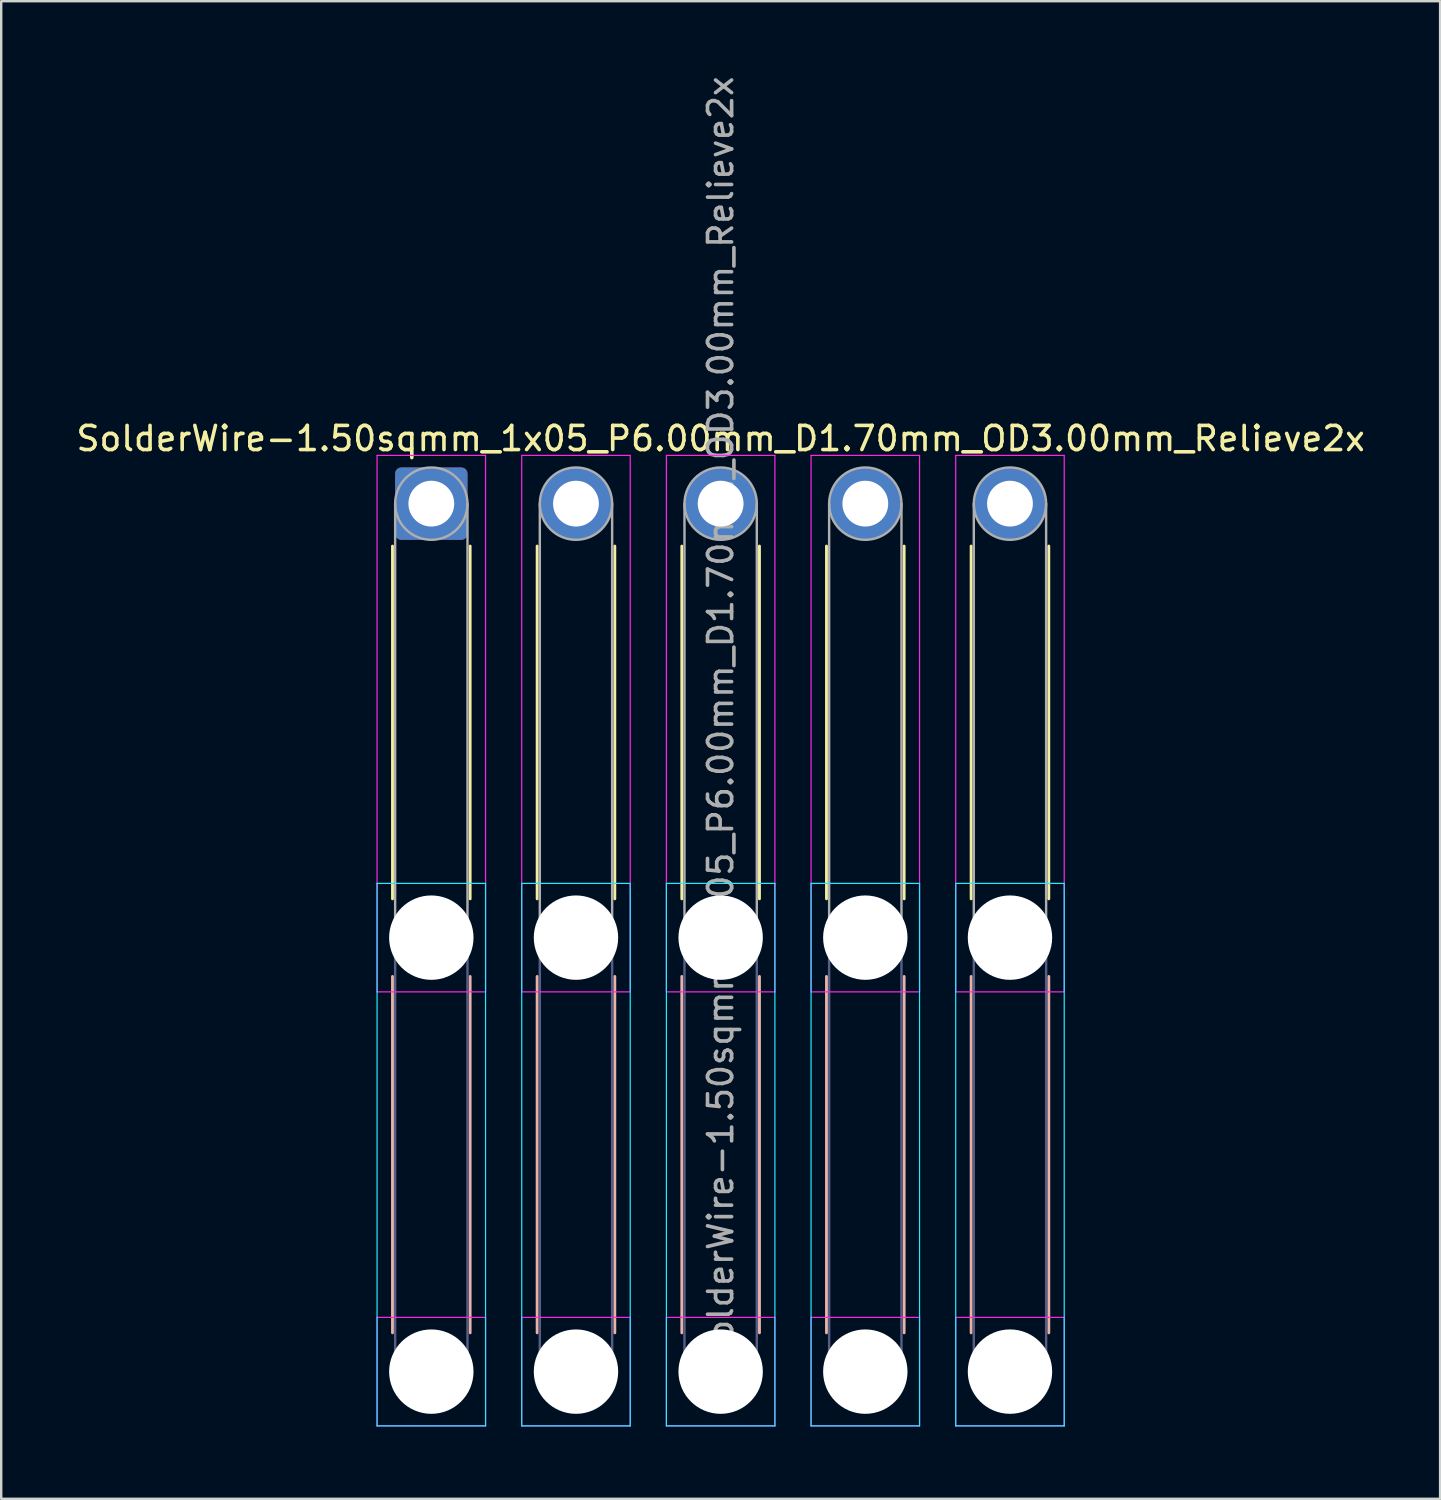
<source format=kicad_pcb>
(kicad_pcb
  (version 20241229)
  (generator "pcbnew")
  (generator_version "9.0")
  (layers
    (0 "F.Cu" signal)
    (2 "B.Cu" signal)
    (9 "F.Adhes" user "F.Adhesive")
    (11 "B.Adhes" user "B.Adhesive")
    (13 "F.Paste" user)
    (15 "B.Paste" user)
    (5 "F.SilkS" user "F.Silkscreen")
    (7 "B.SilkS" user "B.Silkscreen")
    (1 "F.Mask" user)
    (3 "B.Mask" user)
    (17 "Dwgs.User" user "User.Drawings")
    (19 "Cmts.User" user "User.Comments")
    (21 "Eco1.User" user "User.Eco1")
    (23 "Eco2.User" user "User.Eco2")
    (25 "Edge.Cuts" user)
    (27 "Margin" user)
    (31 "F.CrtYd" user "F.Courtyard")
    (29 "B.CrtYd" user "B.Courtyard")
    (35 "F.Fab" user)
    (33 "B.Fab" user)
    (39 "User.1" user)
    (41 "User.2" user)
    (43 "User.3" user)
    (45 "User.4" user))
  (footprint "SolderWire-1.50sqmm_1x05_P6.00mm_D1.70mm_OD3.00mm_Relieve2x"
    (layer "F.Cu")
    (at 14.839 17.839)
    (property "Reference" "SolderWire-1.50sqmm_1x05_P6.00mm_D1.70mm_OD3.00mm_Relieve2x" (at 12 -2.7 0) (layer "F.SilkS") (effects (font (size 1 1) (thickness 0.15))))
    (attr exclude_from_pos_files exclude_from_bom)
    (fp_line (start -1.61 1.76) (end -1.61 16.39) (stroke (width 0.12) (type solid)) (layer "F.SilkS"))
    (fp_line (start 1.61 1.76) (end 1.61 16.39) (stroke (width 0.12) (type solid)) (layer "F.SilkS"))
    (fp_line (start 4.39 1.76) (end 4.39 16.39) (stroke (width 0.12) (type solid)) (layer "F.SilkS"))
    (fp_line (start 7.61 1.76) (end 7.61 16.39) (stroke (width 0.12) (type solid)) (layer "F.SilkS"))
    (fp_line (start 10.39 1.76) (end 10.39 16.39) (stroke (width 0.12) (type solid)) (layer "F.SilkS"))
    (fp_line (start 13.61 1.76) (end 13.61 16.39) (stroke (width 0.12) (type solid)) (layer "F.SilkS"))
    (fp_line (start 16.39 1.76) (end 16.39 16.39) (stroke (width 0.12) (type solid)) (layer "F.SilkS"))
    (fp_line (start 19.61 1.76) (end 19.61 16.39) (stroke (width 0.12) (type solid)) (layer "F.SilkS"))
    (fp_line (start 22.39 1.76) (end 22.39 16.39) (stroke (width 0.12) (type solid)) (layer "F.SilkS"))
    (fp_line (start 25.61 1.76) (end 25.61 16.39) (stroke (width 0.12) (type solid)) (layer "F.SilkS"))
    (fp_line (start -1.61 19.61) (end -1.61 34.39) (stroke (width 0.12) (type solid)) (layer "B.SilkS"))
    (fp_line (start 1.61 19.61) (end 1.61 34.39) (stroke (width 0.12) (type solid)) (layer "B.SilkS"))
    (fp_line (start 4.39 19.61) (end 4.39 34.39) (stroke (width 0.12) (type solid)) (layer "B.SilkS"))
    (fp_line (start 7.61 19.61) (end 7.61 34.39) (stroke (width 0.12) (type solid)) (layer "B.SilkS"))
    (fp_line (start 10.39 19.61) (end 10.39 34.39) (stroke (width 0.12) (type solid)) (layer "B.SilkS"))
    (fp_line (start 13.61 19.61) (end 13.61 34.39) (stroke (width 0.12) (type solid)) (layer "B.SilkS"))
    (fp_line (start 16.39 19.61) (end 16.39 34.39) (stroke (width 0.12) (type solid)) (layer "B.SilkS"))
    (fp_line (start 19.61 19.61) (end 19.61 34.39) (stroke (width 0.12) (type solid)) (layer "B.SilkS"))
    (fp_line (start 22.39 19.61) (end 22.39 34.39) (stroke (width 0.12) (type solid)) (layer "B.SilkS"))
    (fp_line (start 25.61 19.61) (end 25.61 34.39) (stroke (width 0.12) (type solid)) (layer "B.SilkS"))
    (fp_line (start -2.25 15.75) (end -2.25 38.25) (stroke (width 0.05) (type solid)) (layer "B.CrtYd"))
    (fp_line (start -2.25 38.25) (end 2.25 38.25) (stroke (width 0.05) (type solid)) (layer "B.CrtYd"))
    (fp_line (start 2.25 15.75) (end -2.25 15.75) (stroke (width 0.05) (type solid)) (layer "B.CrtYd"))
    (fp_line (start 2.25 38.25) (end 2.25 15.75) (stroke (width 0.05) (type solid)) (layer "B.CrtYd"))
    (fp_line (start 3.75 15.75) (end 3.75 38.25) (stroke (width 0.05) (type solid)) (layer "B.CrtYd"))
    (fp_line (start 3.75 38.25) (end 8.25 38.25) (stroke (width 0.05) (type solid)) (layer "B.CrtYd"))
    (fp_line (start 8.25 15.75) (end 3.75 15.75) (stroke (width 0.05) (type solid)) (layer "B.CrtYd"))
    (fp_line (start 8.25 38.25) (end 8.25 15.75) (stroke (width 0.05) (type solid)) (layer "B.CrtYd"))
    (fp_line (start 9.75 15.75) (end 9.75 38.25) (stroke (width 0.05) (type solid)) (layer "B.CrtYd"))
    (fp_line (start 9.75 38.25) (end 14.25 38.25) (stroke (width 0.05) (type solid)) (layer "B.CrtYd"))
    (fp_line (start 14.25 15.75) (end 9.75 15.75) (stroke (width 0.05) (type solid)) (layer "B.CrtYd"))
    (fp_line (start 14.25 38.25) (end 14.25 15.75) (stroke (width 0.05) (type solid)) (layer "B.CrtYd"))
    (fp_line (start 15.75 15.75) (end 15.75 38.25) (stroke (width 0.05) (type solid)) (layer "B.CrtYd"))
    (fp_line (start 15.75 38.25) (end 20.25 38.25) (stroke (width 0.05) (type solid)) (layer "B.CrtYd"))
    (fp_line (start 20.25 15.75) (end 15.75 15.75) (stroke (width 0.05) (type solid)) (layer "B.CrtYd"))
    (fp_line (start 20.25 38.25) (end 20.25 15.75) (stroke (width 0.05) (type solid)) (layer "B.CrtYd"))
    (fp_line (start 21.75 15.75) (end 21.75 38.25) (stroke (width 0.05) (type solid)) (layer "B.CrtYd"))
    (fp_line (start 21.75 38.25) (end 26.25 38.25) (stroke (width 0.05) (type solid)) (layer "B.CrtYd"))
    (fp_line (start 26.25 15.75) (end 21.75 15.75) (stroke (width 0.05) (type solid)) (layer "B.CrtYd"))
    (fp_line (start 26.25 38.25) (end 26.25 15.75) (stroke (width 0.05) (type solid)) (layer "B.CrtYd"))
    (fp_line (start -2.25 -2) (end -2.25 20.25) (stroke (width 0.05) (type solid)) (layer "F.CrtYd"))
    (fp_line (start -2.25 20.25) (end 2.25 20.25) (stroke (width 0.05) (type solid)) (layer "F.CrtYd"))
    (fp_line (start -2.25 33.75) (end -2.25 38.25) (stroke (width 0.05) (type solid)) (layer "F.CrtYd"))
    (fp_line (start -2.25 38.25) (end 2.25 38.25) (stroke (width 0.05) (type solid)) (layer "F.CrtYd"))
    (fp_line (start 2.25 -2) (end -2.25 -2) (stroke (width 0.05) (type solid)) (layer "F.CrtYd"))
    (fp_line (start 2.25 20.25) (end 2.25 -2) (stroke (width 0.05) (type solid)) (layer "F.CrtYd"))
    (fp_line (start 2.25 33.75) (end -2.25 33.75) (stroke (width 0.05) (type solid)) (layer "F.CrtYd"))
    (fp_line (start 2.25 38.25) (end 2.25 33.75) (stroke (width 0.05) (type solid)) (layer "F.CrtYd"))
    (fp_line (start 3.75 -2) (end 3.75 20.25) (stroke (width 0.05) (type solid)) (layer "F.CrtYd"))
    (fp_line (start 3.75 20.25) (end 8.25 20.25) (stroke (width 0.05) (type solid)) (layer "F.CrtYd"))
    (fp_line (start 3.75 33.75) (end 3.75 38.25) (stroke (width 0.05) (type solid)) (layer "F.CrtYd"))
    (fp_line (start 3.75 38.25) (end 8.25 38.25) (stroke (width 0.05) (type solid)) (layer "F.CrtYd"))
    (fp_line (start 8.25 -2) (end 3.75 -2) (stroke (width 0.05) (type solid)) (layer "F.CrtYd"))
    (fp_line (start 8.25 20.25) (end 8.25 -2) (stroke (width 0.05) (type solid)) (layer "F.CrtYd"))
    (fp_line (start 8.25 33.75) (end 3.75 33.75) (stroke (width 0.05) (type solid)) (layer "F.CrtYd"))
    (fp_line (start 8.25 38.25) (end 8.25 33.75) (stroke (width 0.05) (type solid)) (layer "F.CrtYd"))
    (fp_line (start 9.75 -2) (end 9.75 20.25) (stroke (width 0.05) (type solid)) (layer "F.CrtYd"))
    (fp_line (start 9.75 20.25) (end 14.25 20.25) (stroke (width 0.05) (type solid)) (layer "F.CrtYd"))
    (fp_line (start 9.75 33.75) (end 9.75 38.25) (stroke (width 0.05) (type solid)) (layer "F.CrtYd"))
    (fp_line (start 9.75 38.25) (end 14.25 38.25) (stroke (width 0.05) (type solid)) (layer "F.CrtYd"))
    (fp_line (start 14.25 -2) (end 9.75 -2) (stroke (width 0.05) (type solid)) (layer "F.CrtYd"))
    (fp_line (start 14.25 20.25) (end 14.25 -2) (stroke (width 0.05) (type solid)) (layer "F.CrtYd"))
    (fp_line (start 14.25 33.75) (end 9.75 33.75) (stroke (width 0.05) (type solid)) (layer "F.CrtYd"))
    (fp_line (start 14.25 38.25) (end 14.25 33.75) (stroke (width 0.05) (type solid)) (layer "F.CrtYd"))
    (fp_line (start 15.75 -2) (end 15.75 20.25) (stroke (width 0.05) (type solid)) (layer "F.CrtYd"))
    (fp_line (start 15.75 20.25) (end 20.25 20.25) (stroke (width 0.05) (type solid)) (layer "F.CrtYd"))
    (fp_line (start 15.75 33.75) (end 15.75 38.25) (stroke (width 0.05) (type solid)) (layer "F.CrtYd"))
    (fp_line (start 15.75 38.25) (end 20.25 38.25) (stroke (width 0.05) (type solid)) (layer "F.CrtYd"))
    (fp_line (start 20.25 -2) (end 15.75 -2) (stroke (width 0.05) (type solid)) (layer "F.CrtYd"))
    (fp_line (start 20.25 20.25) (end 20.25 -2) (stroke (width 0.05) (type solid)) (layer "F.CrtYd"))
    (fp_line (start 20.25 33.75) (end 15.75 33.75) (stroke (width 0.05) (type solid)) (layer "F.CrtYd"))
    (fp_line (start 20.25 38.25) (end 20.25 33.75) (stroke (width 0.05) (type solid)) (layer "F.CrtYd"))
    (fp_line (start 21.75 -2) (end 21.75 20.25) (stroke (width 0.05) (type solid)) (layer "F.CrtYd"))
    (fp_line (start 21.75 20.25) (end 26.25 20.25) (stroke (width 0.05) (type solid)) (layer "F.CrtYd"))
    (fp_line (start 21.75 33.75) (end 21.75 38.25) (stroke (width 0.05) (type solid)) (layer "F.CrtYd"))
    (fp_line (start 21.75 38.25) (end 26.25 38.25) (stroke (width 0.05) (type solid)) (layer "F.CrtYd"))
    (fp_line (start 26.25 -2) (end 21.75 -2) (stroke (width 0.05) (type solid)) (layer "F.CrtYd"))
    (fp_line (start 26.25 20.25) (end 26.25 -2) (stroke (width 0.05) (type solid)) (layer "F.CrtYd"))
    (fp_line (start 26.25 33.75) (end 21.75 33.75) (stroke (width 0.05) (type solid)) (layer "F.CrtYd"))
    (fp_line (start 26.25 38.25) (end 26.25 33.75) (stroke (width 0.05) (type solid)) (layer "F.CrtYd"))
    (fp_line (start -1.5 18) (end -1.5 36) (stroke (width 0.1) (type solid)) (layer "B.Fab"))
    (fp_line (start 1.5 18) (end 1.5 36) (stroke (width 0.1) (type solid)) (layer "B.Fab"))
    (fp_line (start 4.5 18) (end 4.5 36) (stroke (width 0.1) (type solid)) (layer "B.Fab"))
    (fp_line (start 7.5 18) (end 7.5 36) (stroke (width 0.1) (type solid)) (layer "B.Fab"))
    (fp_line (start 10.5 18) (end 10.5 36) (stroke (width 0.1) (type solid)) (layer "B.Fab"))
    (fp_line (start 13.5 18) (end 13.5 36) (stroke (width 0.1) (type solid)) (layer "B.Fab"))
    (fp_line (start 16.5 18) (end 16.5 36) (stroke (width 0.1) (type solid)) (layer "B.Fab"))
    (fp_line (start 19.5 18) (end 19.5 36) (stroke (width 0.1) (type solid)) (layer "B.Fab"))
    (fp_line (start 22.5 18) (end 22.5 36) (stroke (width 0.1) (type solid)) (layer "B.Fab"))
    (fp_line (start 25.5 18) (end 25.5 36) (stroke (width 0.1) (type solid)) (layer "B.Fab"))
    (fp_circle (center 0 18) (end 1.5 18) (stroke (width 0.1) (type solid)) (fill no) (layer "B.Fab"))
    (fp_circle (center 0 36) (end 1.5 36) (stroke (width 0.1) (type solid)) (fill no) (layer "B.Fab"))
    (fp_circle (center 6 18) (end 7.5 18) (stroke (width 0.1) (type solid)) (fill no) (layer "B.Fab"))
    (fp_circle (center 6 36) (end 7.5 36) (stroke (width 0.1) (type solid)) (fill no) (layer "B.Fab"))
    (fp_circle (center 12 18) (end 13.5 18) (stroke (width 0.1) (type solid)) (fill no) (layer "B.Fab"))
    (fp_circle (center 12 36) (end 13.5 36) (stroke (width 0.1) (type solid)) (fill no) (layer "B.Fab"))
    (fp_circle (center 18 18) (end 19.5 18) (stroke (width 0.1) (type solid)) (fill no) (layer "B.Fab"))
    (fp_circle (center 18 36) (end 19.5 36) (stroke (width 0.1) (type solid)) (fill no) (layer "B.Fab"))
    (fp_circle (center 24 18) (end 25.5 18) (stroke (width 0.1) (type solid)) (fill no) (layer "B.Fab"))
    (fp_circle (center 24 36) (end 25.5 36) (stroke (width 0.1) (type solid)) (fill no) (layer "B.Fab"))
    (fp_line (start -1.5 0) (end -1.5 18) (stroke (width 0.1) (type solid)) (layer "F.Fab"))
    (fp_line (start 1.5 0) (end 1.5 18) (stroke (width 0.1) (type solid)) (layer "F.Fab"))
    (fp_line (start 4.5 0) (end 4.5 18) (stroke (width 0.1) (type solid)) (layer "F.Fab"))
    (fp_line (start 7.5 0) (end 7.5 18) (stroke (width 0.1) (type solid)) (layer "F.Fab"))
    (fp_line (start 10.5 0) (end 10.5 18) (stroke (width 0.1) (type solid)) (layer "F.Fab"))
    (fp_line (start 13.5 0) (end 13.5 18) (stroke (width 0.1) (type solid)) (layer "F.Fab"))
    (fp_line (start 16.5 0) (end 16.5 18) (stroke (width 0.1) (type solid)) (layer "F.Fab"))
    (fp_line (start 19.5 0) (end 19.5 18) (stroke (width 0.1) (type solid)) (layer "F.Fab"))
    (fp_line (start 22.5 0) (end 22.5 18) (stroke (width 0.1) (type solid)) (layer "F.Fab"))
    (fp_line (start 25.5 0) (end 25.5 18) (stroke (width 0.1) (type solid)) (layer "F.Fab"))
    (fp_circle (center 0 0) (end 1.5 0) (stroke (width 0.1) (type solid)) (fill no) (layer "F.Fab"))
    (fp_circle (center 0 18) (end 1.5 18) (stroke (width 0.1) (type solid)) (fill no) (layer "F.Fab"))
    (fp_circle (center 0 36) (end 1.5 36) (stroke (width 0.1) (type solid)) (fill no) (layer "F.Fab"))
    (fp_circle (center 6 0) (end 7.5 0) (stroke (width 0.1) (type solid)) (fill no) (layer "F.Fab"))
    (fp_circle (center 6 18) (end 7.5 18) (stroke (width 0.1) (type solid)) (fill no) (layer "F.Fab"))
    (fp_circle (center 6 36) (end 7.5 36) (stroke (width 0.1) (type solid)) (fill no) (layer "F.Fab"))
    (fp_circle (center 12 0) (end 13.5 0) (stroke (width 0.1) (type solid)) (fill no) (layer "F.Fab"))
    (fp_circle (center 12 18) (end 13.5 18) (stroke (width 0.1) (type solid)) (fill no) (layer "F.Fab"))
    (fp_circle (center 12 36) (end 13.5 36) (stroke (width 0.1) (type solid)) (fill no) (layer "F.Fab"))
    (fp_circle (center 18 0) (end 19.5 0) (stroke (width 0.1) (type solid)) (fill no) (layer "F.Fab"))
    (fp_circle (center 18 18) (end 19.5 18) (stroke (width 0.1) (type solid)) (fill no) (layer "F.Fab"))
    (fp_circle (center 18 36) (end 19.5 36) (stroke (width 0.1) (type solid)) (fill no) (layer "F.Fab"))
    (fp_circle (center 24 0) (end 25.5 0) (stroke (width 0.1) (type solid)) (fill no) (layer "F.Fab"))
    (fp_circle (center 24 18) (end 25.5 18) (stroke (width 0.1) (type solid)) (fill no) (layer "F.Fab"))
    (fp_circle (center 24 36) (end 25.5 36) (stroke (width 0.1) (type solid)) (fill no) (layer "F.Fab"))
    (fp_text user "${REFERENCE}" (at 12 9 90) (layer "F.Fab") (effects (font (size 1 1) (thickness 0.15))))
    (pad "" np_thru_hole circle (at 0 18) (size 3.5 3.5) (drill 3.5) (layers "*.Cu" "*.Mask"))
    (pad "" np_thru_hole circle (at 0 36) (size 3.5 3.5) (drill 3.5) (layers "*.Cu" "*.Mask"))
    (pad "" np_thru_hole circle (at 6 18) (size 3.5 3.5) (drill 3.5) (layers "*.Cu" "*.Mask"))
    (pad "" np_thru_hole circle (at 6 36) (size 3.5 3.5) (drill 3.5) (layers "*.Cu" "*.Mask"))
    (pad "" np_thru_hole circle (at 12 18) (size 3.5 3.5) (drill 3.5) (layers "*.Cu" "*.Mask"))
    (pad "" np_thru_hole circle (at 12 36) (size 3.5 3.5) (drill 3.5) (layers "*.Cu" "*.Mask"))
    (pad "" np_thru_hole circle (at 18 18) (size 3.5 3.5) (drill 3.5) (layers "*.Cu" "*.Mask"))
    (pad "" np_thru_hole circle (at 18 36) (size 3.5 3.5) (drill 3.5) (layers "*.Cu" "*.Mask"))
    (pad "" np_thru_hole circle (at 24 18) (size 3.5 3.5) (drill 3.5) (layers "*.Cu" "*.Mask"))
    (pad "" np_thru_hole circle (at 24 36) (size 3.5 3.5) (drill 3.5) (layers "*.Cu" "*.Mask"))
    (pad "1" thru_hole roundrect (at 0 0) (size 3 3) (drill 1.9) (layers "*.Cu" "*.Mask") (roundrect_rratio 0.083))
    (pad "2" thru_hole circle (at 6 0) (size 3 3) (drill 1.9) (layers "*.Cu" "*.Mask"))
    (pad "3" thru_hole circle (at 12 0) (size 3 3) (drill 1.9) (layers "*.Cu" "*.Mask"))
    (pad "4" thru_hole circle (at 18 0) (size 3 3) (drill 1.9) (layers "*.Cu" "*.Mask"))
    (pad "5" thru_hole circle (at 24 0) (size 3 3) (drill 1.9) (layers "*.Cu" "*.Mask")))
  (gr_rect
    (start -3 -3)
    (end 56.679 59.114)
    (stroke (width 0.1) (type default))
    (fill no)
    (layer "Edge.Cuts")))
</source>
